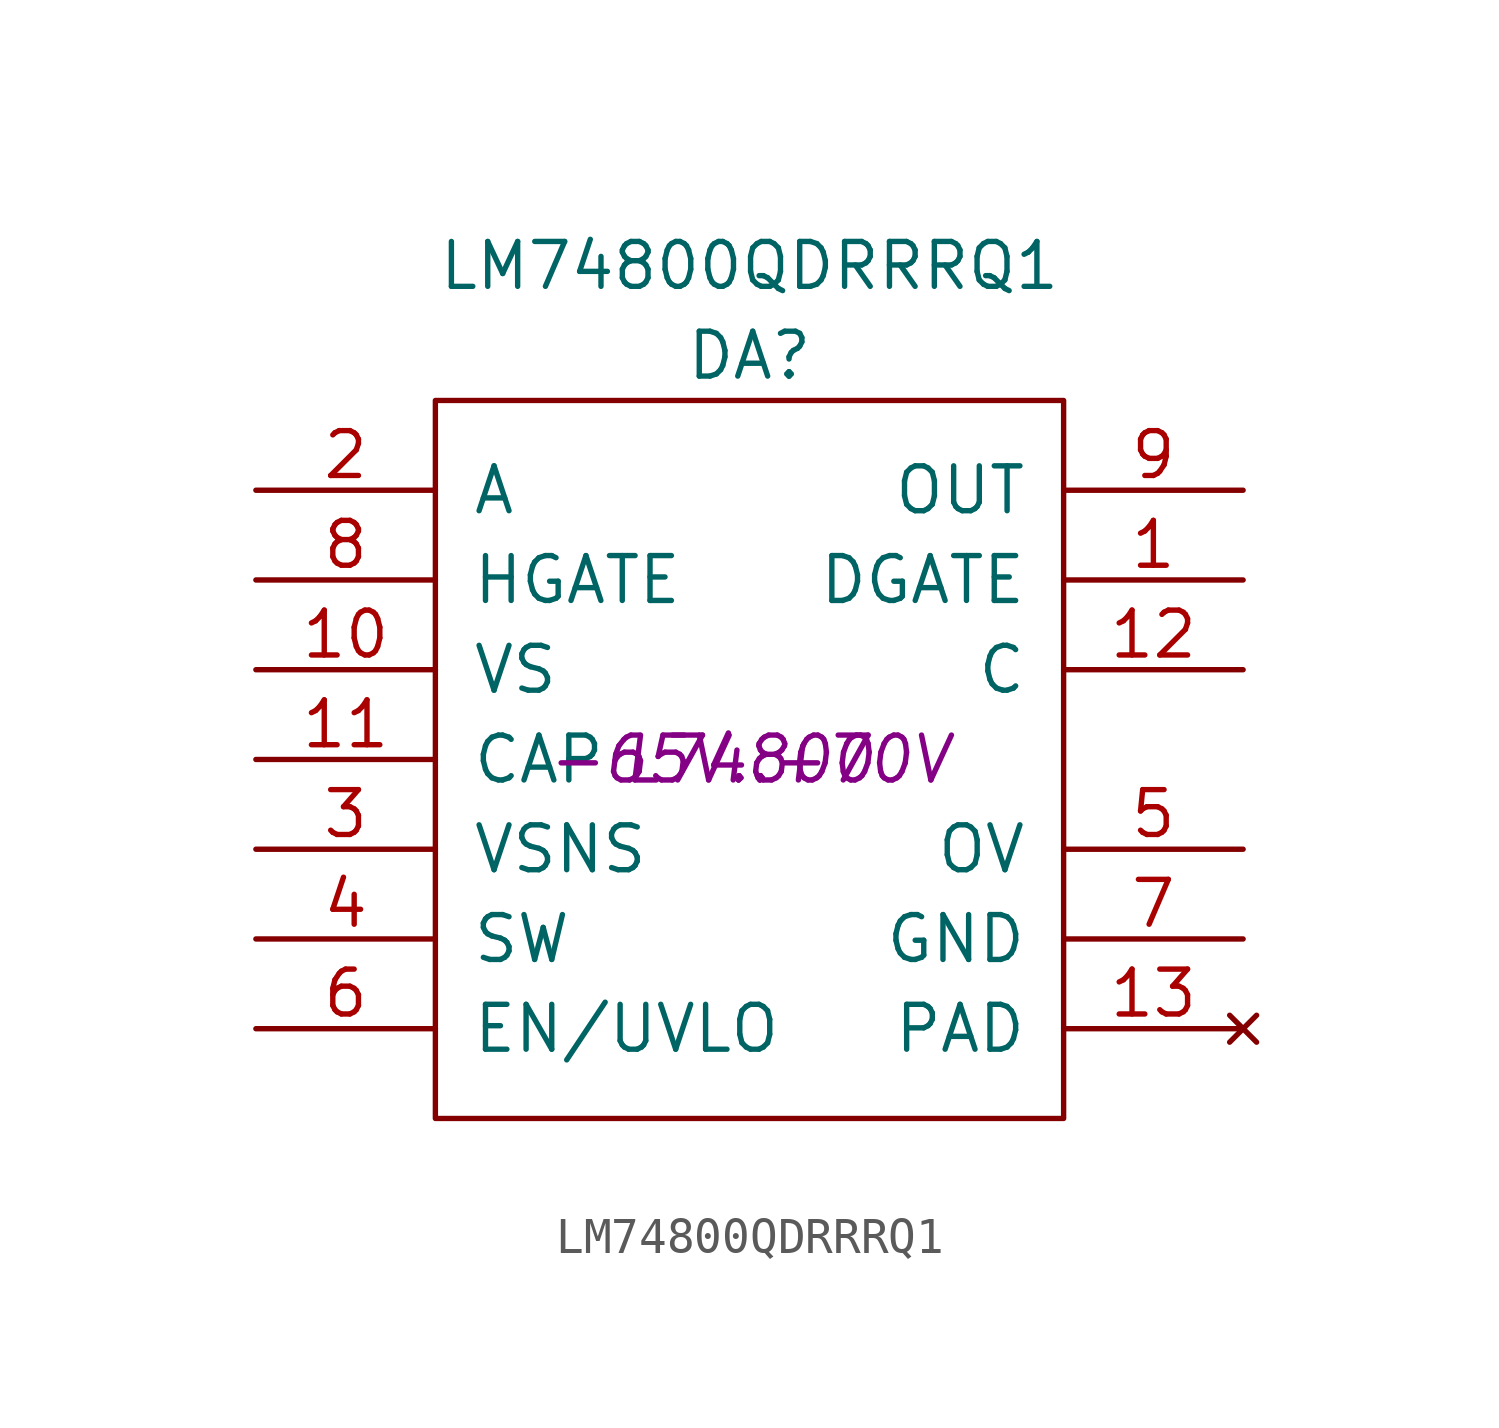
<source format=kicad_sym>
(kicad_symbol_lib
  (version 20211014)
  (generator kicad_symbol_editor)
  (symbol "LM74800QDRRRQ1"
    (pin_names
      (offset 1.016))
    (property "Reference" "DA"
      (at 0 11.43 0)
      (effects (font (size 1.27 1.27))))
    (property "Value" "LM74800QDRRRQ1"
      (at 0 13.97 0)
      (effects (font (size 1.27 1.27))))
    (property "Vmax" "-65V..+70V"
      (at 0 0 0)
      (effects (font (size 1.27 1.27) italic)))
    (property "Mark" "L74800"
      (at 0 0 0)
      (effects (font (size 1.27 1.27) italic)))
    (symbol "LM74800QDRRRQ1_0_1"
      (rectangle (start -8.89 10.16) (end 8.89 -10.16) (stroke (width 0) (type default) (color 0 0 0 0)) (fill (type none))))
    (symbol "LM74800QDRRRQ1_1_1"
      (pin passive line (at 13.97 5.08 180) (length 5.08) (name "DGATE" (effects (font (size 1.27 1.27)))) (number "1" (effects (font (size 1.27 1.27)))))
      (pin passive line (at -13.97 2.54 0) (length 5.08) (name "VS" (effects (font (size 1.27 1.27)))) (number "10" (effects (font (size 1.27 1.27)))))
      (pin passive line (at -13.97 0 0) (length 5.08) (name "CAP" (effects (font (size 1.27 1.27)))) (number "11" (effects (font (size 1.27 1.27)))))
      (pin passive line (at 13.97 2.54 180) (length 5.08) (name "C" (effects (font (size 1.27 1.27)))) (number "12" (effects (font (size 1.27 1.27)))))
      (pin no_connect line (at 13.97 -7.62 180) (length 5.08) (name "PAD" (effects (font (size 1.27 1.27)))) (number "13" (effects (font (size 1.27 1.27)))))
      (pin passive line (at -13.97 7.62 0) (length 5.08) (name "A" (effects (font (size 1.27 1.27)))) (number "2" (effects (font (size 1.27 1.27)))))
      (pin passive line (at -13.97 -2.54 0) (length 5.08) (name "VSNS" (effects (font (size 1.27 1.27)))) (number "3" (effects (font (size 1.27 1.27)))))
      (pin passive line (at -13.97 -5.08 0) (length 5.08) (name "SW" (effects (font (size 1.27 1.27)))) (number "4" (effects (font (size 1.27 1.27)))))
      (pin passive line (at 13.97 -2.54 180) (length 5.08) (name "OV" (effects (font (size 1.27 1.27)))) (number "5" (effects (font (size 1.27 1.27)))))
      (pin passive line (at -13.97 -7.62 0) (length 5.08) (name "EN/UVLO" (effects (font (size 1.27 1.27)))) (number "6" (effects (font (size 1.27 1.27)))))
      (pin passive line (at 13.97 -5.08 180) (length 5.08) (name "GND" (effects (font (size 1.27 1.27)))) (number "7" (effects (font (size 1.27 1.27)))))
      (pin passive line (at -13.97 5.08 0) (length 5.08) (name "HGATE" (effects (font (size 1.27 1.27)))) (number "8" (effects (font (size 1.27 1.27)))))
      (pin passive line (at 13.97 7.62 180) (length 5.08) (name "OUT" (effects (font (size 1.27 1.27)))) (number "9" (effects (font (size 1.27 1.27))))))))
</source>
